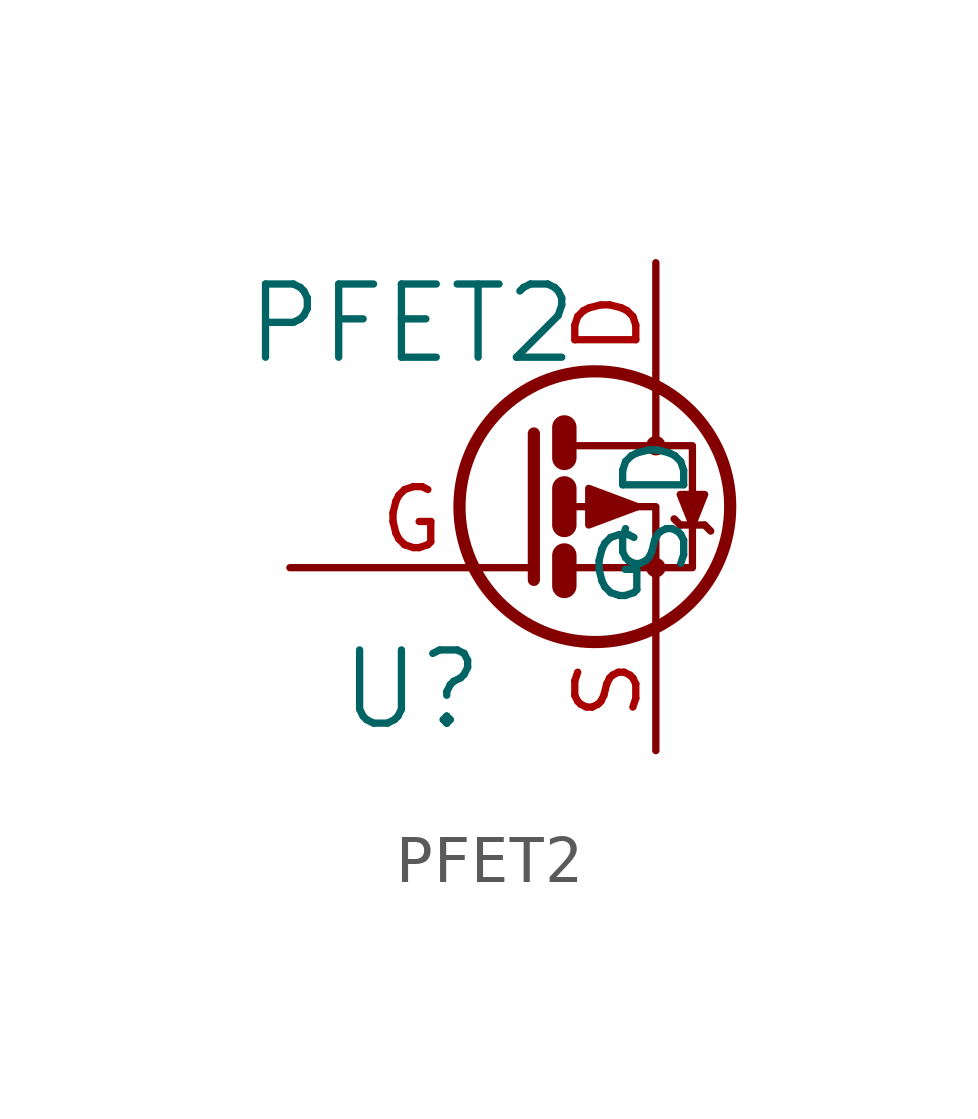
<source format=kicad_sym>
(kicad_symbol_lib
  (version 20211014)
  (generator kicad_symbol_editor)
  (symbol "PFET2"
    (pin_names
      (offset 1.016))
    (property "Reference" "U"
      (at -3.81 -3.81 0)
      (effects (font (size 1.524 1.524))))
    (property "Value" "PFET2"
      (at -3.81 3.81 0)
      (effects (font (size 1.524 1.524))))
    (symbol "PFET2_1_1"
      (polyline (pts (xy -0.635 -1.016) (xy -0.635 -1.651)) (stroke (width 0.508) (type default) (color 0 0 0 0)) (fill (type none)))
      (polyline (pts (xy -0.635 0.381) (xy -0.635 -0.381)) (stroke (width 0.508) (type default) (color 0 0 0 0)) (fill (type none)))
      (polyline (pts (xy -0.635 1.651) (xy -0.635 1.016)) (stroke (width 0.508) (type default) (color 0 0 0 0)) (fill (type none)))
      (polyline (pts (xy 1.778 -0.381) (xy 1.651 -0.254)) (stroke (width 0) (type default) (color 0 0 0 0)) (fill (type none)))
      (polyline (pts (xy 1.778 -0.381) (xy 2.286 -0.381)) (stroke (width 0) (type default) (color 0 0 0 0)) (fill (type none)))
      (polyline (pts (xy 2.286 -0.381) (xy 2.413 -0.508)) (stroke (width 0) (type default) (color 0 0 0 0)) (fill (type none)))
      (polyline (pts (xy -1.27 1.524) (xy -1.27 -1.524) (xy -1.27 -1.524)) (stroke (width 0.254) (type default) (color 0 0 0 0)) (fill (type none)))
      (polyline (pts (xy -0.508 -1.27) (xy 1.27 -1.27) (xy 1.27 -2.54) (xy 1.27 -2.54)) (stroke (width 0) (type default) (color 0 0 0 0)) (fill (type none)))
      (polyline (pts (xy -0.508 1.27) (xy 1.27 1.27) (xy 1.27 2.54) (xy 1.27 2.54)) (stroke (width 0) (type default) (color 0 0 0 0)) (fill (type none)))
      (polyline (pts (xy 1.27 1.27) (xy 2.032 1.27) (xy 2.032 -1.27) (xy 1.27 -1.27)) (stroke (width 0) (type default) (color 0 0 0 0)) (fill (type none)))
      (polyline (pts (xy 2.032 -0.381) (xy 1.778 0.254) (xy 2.286 0.254) (xy 2.032 -0.381)) (stroke (width 0) (type default) (color 0 0 0 0)) (fill (type outline)))
      (polyline (pts (xy -0.508 0) (xy 0 0) (xy 1.27 0) (xy 1.27 -1.27) (xy 1.27 -1.27)) (stroke (width 0) (type default) (color 0 0 0 0)) (fill (type none)))
      (polyline (pts (xy 0.889 0) (xy -0.127 0.381) (xy -0.127 -0.381) (xy 0.889 0) (xy 0.762 0) (xy 0.762 0)) (stroke (width 0) (type default) (color 0 0 0 0)) (fill (type outline)))
      (circle (center 0 0) (radius 2.819) (stroke (width 0.254) (type default) (color 0 0 0 0)) (fill (type none)))
      (circle (center 1.27 -1.27) (radius 0.127) (stroke (width 0) (type default) (color 0 0 0 0)) (fill (type none)))
      (circle (center 1.27 1.27) (radius 0.127) (stroke (width 0) (type default) (color 0 0 0 0)) (fill (type none)))
      (pin passive line (at 1.27 5.08 270) (length 2.54) (name "D" (effects (font (size 1.27 1.27)))) (number "D" (effects (font (size 1.27 1.27)))))
      (pin input line (at -6.35 -1.27 0) (length 5.08) (name "G" (effects (font (size 1.27 1.27)))) (number "G" (effects (font (size 1.27 1.27)))))
      (pin passive line (at 1.27 -5.08 90) (length 2.54) (name "S" (effects (font (size 1.27 1.27)))) (number "S" (effects (font (size 1.27 1.27))))))))
</source>
